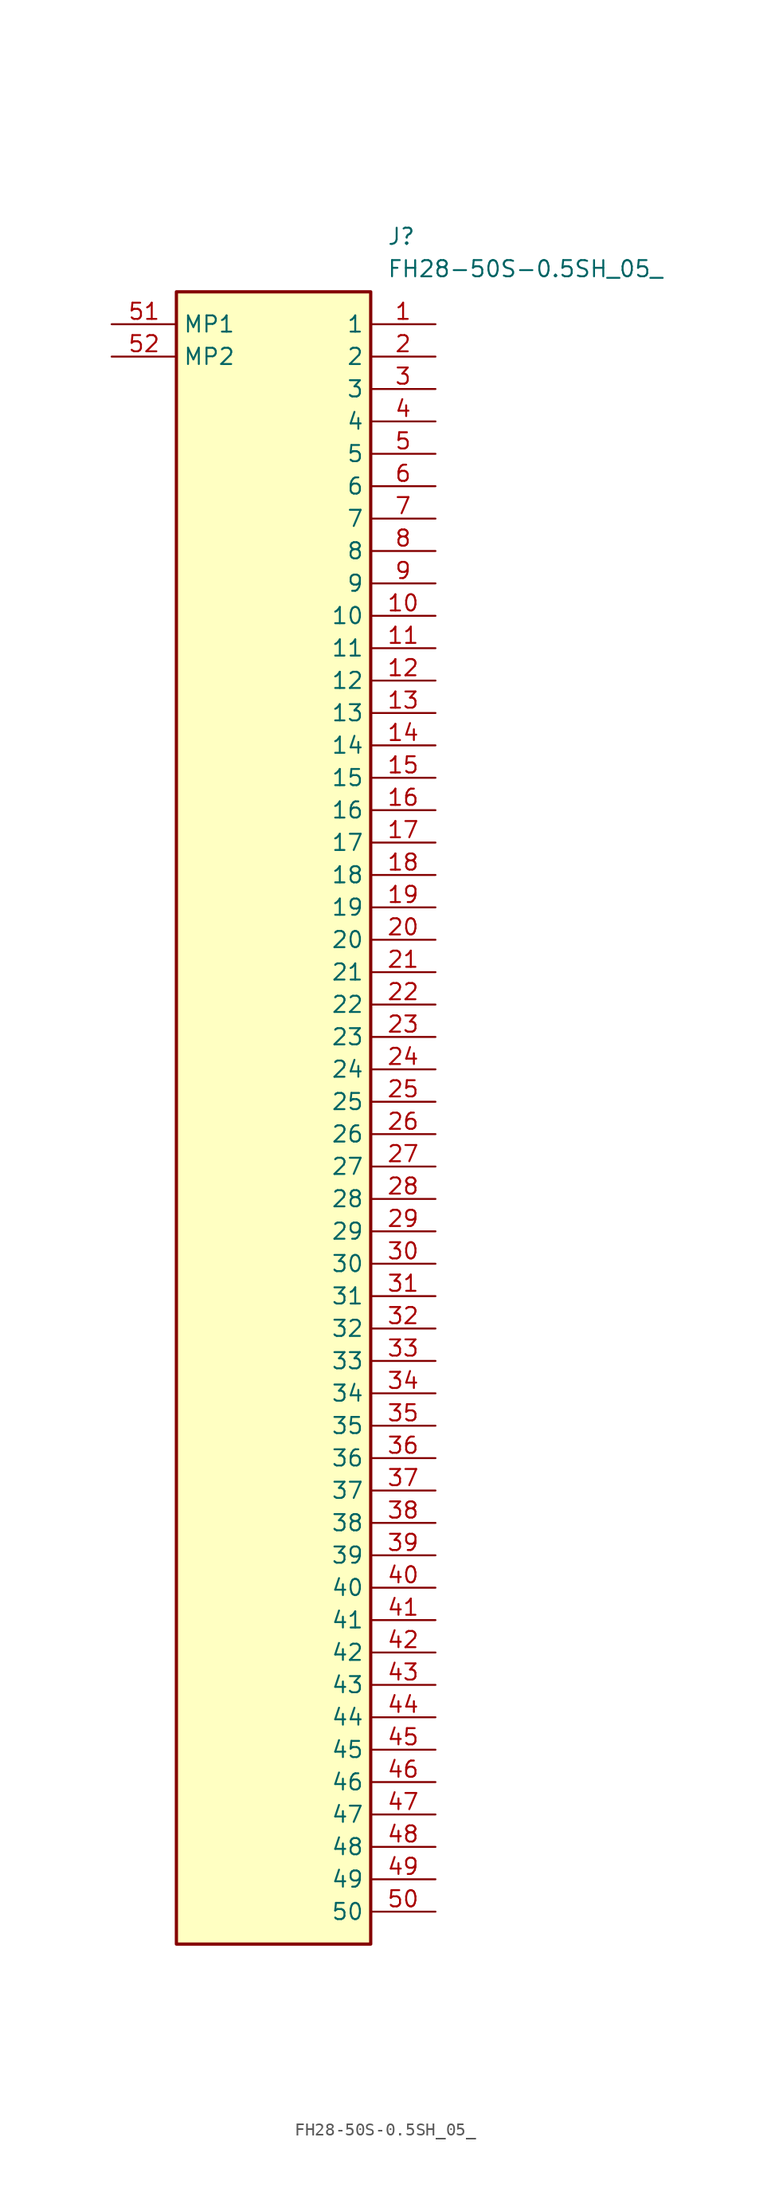
<source format=kicad_sym>
(kicad_symbol_lib
  (version 20211014)
  (generator SamacSys_ECAD_Model)
  (symbol "FH28-50S-0.5SH_05_"
    (property "Reference" "J"
      (at 21.59 7.62 0)
      (effects (font (size 1.27 1.27)) (justify left top)))
    (property "Value" "FH28-50S-0.5SH_05_"
      (at 21.59 5.08 0)
      (effects (font (size 1.27 1.27)) (justify left top)))
    (rectangle
      (start 5.08 2.54)
      (end 20.32 -127)
      (stroke (width 0.254) (type default))
      (fill (type background)))
    (pin passive line
      (at 25.4 0 180)
      (length 5.08)
      (name "1" (effects (font (size 1.27 1.27))))
      (number "1" (effects (font (size 1.27 1.27)))))
    (pin passive line
      (at 25.4 -2.54 180)
      (length 5.08)
      (name "2" (effects (font (size 1.27 1.27))))
      (number "2" (effects (font (size 1.27 1.27)))))
    (pin passive line
      (at 25.4 -5.08 180)
      (length 5.08)
      (name "3" (effects (font (size 1.27 1.27))))
      (number "3" (effects (font (size 1.27 1.27)))))
    (pin passive line
      (at 25.4 -7.62 180)
      (length 5.08)
      (name "4" (effects (font (size 1.27 1.27))))
      (number "4" (effects (font (size 1.27 1.27)))))
    (pin passive line
      (at 25.4 -10.16 180)
      (length 5.08)
      (name "5" (effects (font (size 1.27 1.27))))
      (number "5" (effects (font (size 1.27 1.27)))))
    (pin passive line
      (at 25.4 -12.7 180)
      (length 5.08)
      (name "6" (effects (font (size 1.27 1.27))))
      (number "6" (effects (font (size 1.27 1.27)))))
    (pin passive line
      (at 25.4 -15.24 180)
      (length 5.08)
      (name "7" (effects (font (size 1.27 1.27))))
      (number "7" (effects (font (size 1.27 1.27)))))
    (pin passive line
      (at 25.4 -17.78 180)
      (length 5.08)
      (name "8" (effects (font (size 1.27 1.27))))
      (number "8" (effects (font (size 1.27 1.27)))))
    (pin passive line
      (at 25.4 -20.32 180)
      (length 5.08)
      (name "9" (effects (font (size 1.27 1.27))))
      (number "9" (effects (font (size 1.27 1.27)))))
    (pin passive line
      (at 25.4 -22.86 180)
      (length 5.08)
      (name "10" (effects (font (size 1.27 1.27))))
      (number "10" (effects (font (size 1.27 1.27)))))
    (pin passive line
      (at 25.4 -25.4 180)
      (length 5.08)
      (name "11" (effects (font (size 1.27 1.27))))
      (number "11" (effects (font (size 1.27 1.27)))))
    (pin passive line
      (at 25.4 -27.94 180)
      (length 5.08)
      (name "12" (effects (font (size 1.27 1.27))))
      (number "12" (effects (font (size 1.27 1.27)))))
    (pin passive line
      (at 25.4 -30.48 180)
      (length 5.08)
      (name "13" (effects (font (size 1.27 1.27))))
      (number "13" (effects (font (size 1.27 1.27)))))
    (pin passive line
      (at 25.4 -33.02 180)
      (length 5.08)
      (name "14" (effects (font (size 1.27 1.27))))
      (number "14" (effects (font (size 1.27 1.27)))))
    (pin passive line
      (at 25.4 -35.56 180)
      (length 5.08)
      (name "15" (effects (font (size 1.27 1.27))))
      (number "15" (effects (font (size 1.27 1.27)))))
    (pin passive line
      (at 25.4 -38.1 180)
      (length 5.08)
      (name "16" (effects (font (size 1.27 1.27))))
      (number "16" (effects (font (size 1.27 1.27)))))
    (pin passive line
      (at 25.4 -40.64 180)
      (length 5.08)
      (name "17" (effects (font (size 1.27 1.27))))
      (number "17" (effects (font (size 1.27 1.27)))))
    (pin passive line
      (at 25.4 -43.18 180)
      (length 5.08)
      (name "18" (effects (font (size 1.27 1.27))))
      (number "18" (effects (font (size 1.27 1.27)))))
    (pin passive line
      (at 25.4 -45.72 180)
      (length 5.08)
      (name "19" (effects (font (size 1.27 1.27))))
      (number "19" (effects (font (size 1.27 1.27)))))
    (pin passive line
      (at 25.4 -48.26 180)
      (length 5.08)
      (name "20" (effects (font (size 1.27 1.27))))
      (number "20" (effects (font (size 1.27 1.27)))))
    (pin passive line
      (at 25.4 -50.8 180)
      (length 5.08)
      (name "21" (effects (font (size 1.27 1.27))))
      (number "21" (effects (font (size 1.27 1.27)))))
    (pin passive line
      (at 25.4 -53.34 180)
      (length 5.08)
      (name "22" (effects (font (size 1.27 1.27))))
      (number "22" (effects (font (size 1.27 1.27)))))
    (pin passive line
      (at 25.4 -55.88 180)
      (length 5.08)
      (name "23" (effects (font (size 1.27 1.27))))
      (number "23" (effects (font (size 1.27 1.27)))))
    (pin passive line
      (at 25.4 -58.42 180)
      (length 5.08)
      (name "24" (effects (font (size 1.27 1.27))))
      (number "24" (effects (font (size 1.27 1.27)))))
    (pin passive line
      (at 25.4 -60.96 180)
      (length 5.08)
      (name "25" (effects (font (size 1.27 1.27))))
      (number "25" (effects (font (size 1.27 1.27)))))
    (pin passive line
      (at 25.4 -63.5 180)
      (length 5.08)
      (name "26" (effects (font (size 1.27 1.27))))
      (number "26" (effects (font (size 1.27 1.27)))))
    (pin passive line
      (at 25.4 -66.04 180)
      (length 5.08)
      (name "27" (effects (font (size 1.27 1.27))))
      (number "27" (effects (font (size 1.27 1.27)))))
    (pin passive line
      (at 25.4 -68.58 180)
      (length 5.08)
      (name "28" (effects (font (size 1.27 1.27))))
      (number "28" (effects (font (size 1.27 1.27)))))
    (pin passive line
      (at 25.4 -71.12 180)
      (length 5.08)
      (name "29" (effects (font (size 1.27 1.27))))
      (number "29" (effects (font (size 1.27 1.27)))))
    (pin passive line
      (at 25.4 -73.66 180)
      (length 5.08)
      (name "30" (effects (font (size 1.27 1.27))))
      (number "30" (effects (font (size 1.27 1.27)))))
    (pin passive line
      (at 25.4 -76.2 180)
      (length 5.08)
      (name "31" (effects (font (size 1.27 1.27))))
      (number "31" (effects (font (size 1.27 1.27)))))
    (pin passive line
      (at 25.4 -78.74 180)
      (length 5.08)
      (name "32" (effects (font (size 1.27 1.27))))
      (number "32" (effects (font (size 1.27 1.27)))))
    (pin passive line
      (at 25.4 -81.28 180)
      (length 5.08)
      (name "33" (effects (font (size 1.27 1.27))))
      (number "33" (effects (font (size 1.27 1.27)))))
    (pin passive line
      (at 25.4 -83.82 180)
      (length 5.08)
      (name "34" (effects (font (size 1.27 1.27))))
      (number "34" (effects (font (size 1.27 1.27)))))
    (pin passive line
      (at 25.4 -86.36 180)
      (length 5.08)
      (name "35" (effects (font (size 1.27 1.27))))
      (number "35" (effects (font (size 1.27 1.27)))))
    (pin passive line
      (at 25.4 -88.9 180)
      (length 5.08)
      (name "36" (effects (font (size 1.27 1.27))))
      (number "36" (effects (font (size 1.27 1.27)))))
    (pin passive line
      (at 25.4 -91.44 180)
      (length 5.08)
      (name "37" (effects (font (size 1.27 1.27))))
      (number "37" (effects (font (size 1.27 1.27)))))
    (pin passive line
      (at 25.4 -93.98 180)
      (length 5.08)
      (name "38" (effects (font (size 1.27 1.27))))
      (number "38" (effects (font (size 1.27 1.27)))))
    (pin passive line
      (at 25.4 -96.52 180)
      (length 5.08)
      (name "39" (effects (font (size 1.27 1.27))))
      (number "39" (effects (font (size 1.27 1.27)))))
    (pin passive line
      (at 25.4 -99.06 180)
      (length 5.08)
      (name "40" (effects (font (size 1.27 1.27))))
      (number "40" (effects (font (size 1.27 1.27)))))
    (pin passive line
      (at 25.4 -101.6 180)
      (length 5.08)
      (name "41" (effects (font (size 1.27 1.27))))
      (number "41" (effects (font (size 1.27 1.27)))))
    (pin passive line
      (at 25.4 -104.14 180)
      (length 5.08)
      (name "42" (effects (font (size 1.27 1.27))))
      (number "42" (effects (font (size 1.27 1.27)))))
    (pin passive line
      (at 25.4 -106.68 180)
      (length 5.08)
      (name "43" (effects (font (size 1.27 1.27))))
      (number "43" (effects (font (size 1.27 1.27)))))
    (pin passive line
      (at 25.4 -109.22 180)
      (length 5.08)
      (name "44" (effects (font (size 1.27 1.27))))
      (number "44" (effects (font (size 1.27 1.27)))))
    (pin passive line
      (at 25.4 -111.76 180)
      (length 5.08)
      (name "45" (effects (font (size 1.27 1.27))))
      (number "45" (effects (font (size 1.27 1.27)))))
    (pin passive line
      (at 25.4 -114.3 180)
      (length 5.08)
      (name "46" (effects (font (size 1.27 1.27))))
      (number "46" (effects (font (size 1.27 1.27)))))
    (pin passive line
      (at 25.4 -116.84 180)
      (length 5.08)
      (name "47" (effects (font (size 1.27 1.27))))
      (number "47" (effects (font (size 1.27 1.27)))))
    (pin passive line
      (at 25.4 -119.38 180)
      (length 5.08)
      (name "48" (effects (font (size 1.27 1.27))))
      (number "48" (effects (font (size 1.27 1.27)))))
    (pin passive line
      (at 25.4 -121.92 180)
      (length 5.08)
      (name "49" (effects (font (size 1.27 1.27))))
      (number "49" (effects (font (size 1.27 1.27)))))
    (pin passive line
      (at 25.4 -124.46 180)
      (length 5.08)
      (name "50" (effects (font (size 1.27 1.27))))
      (number "50" (effects (font (size 1.27 1.27)))))
    (pin passive line
      (at 0 0 0)
      (length 5.08)
      (name "MP1" (effects (font (size 1.27 1.27))))
      (number "51" (effects (font (size 1.27 1.27)))))
    (pin passive line
      (at 0 -2.54 0)
      (length 5.08)
      (name "MP2" (effects (font (size 1.27 1.27))))
      (number "52" (effects (font (size 1.27 1.27)))))))
</source>
